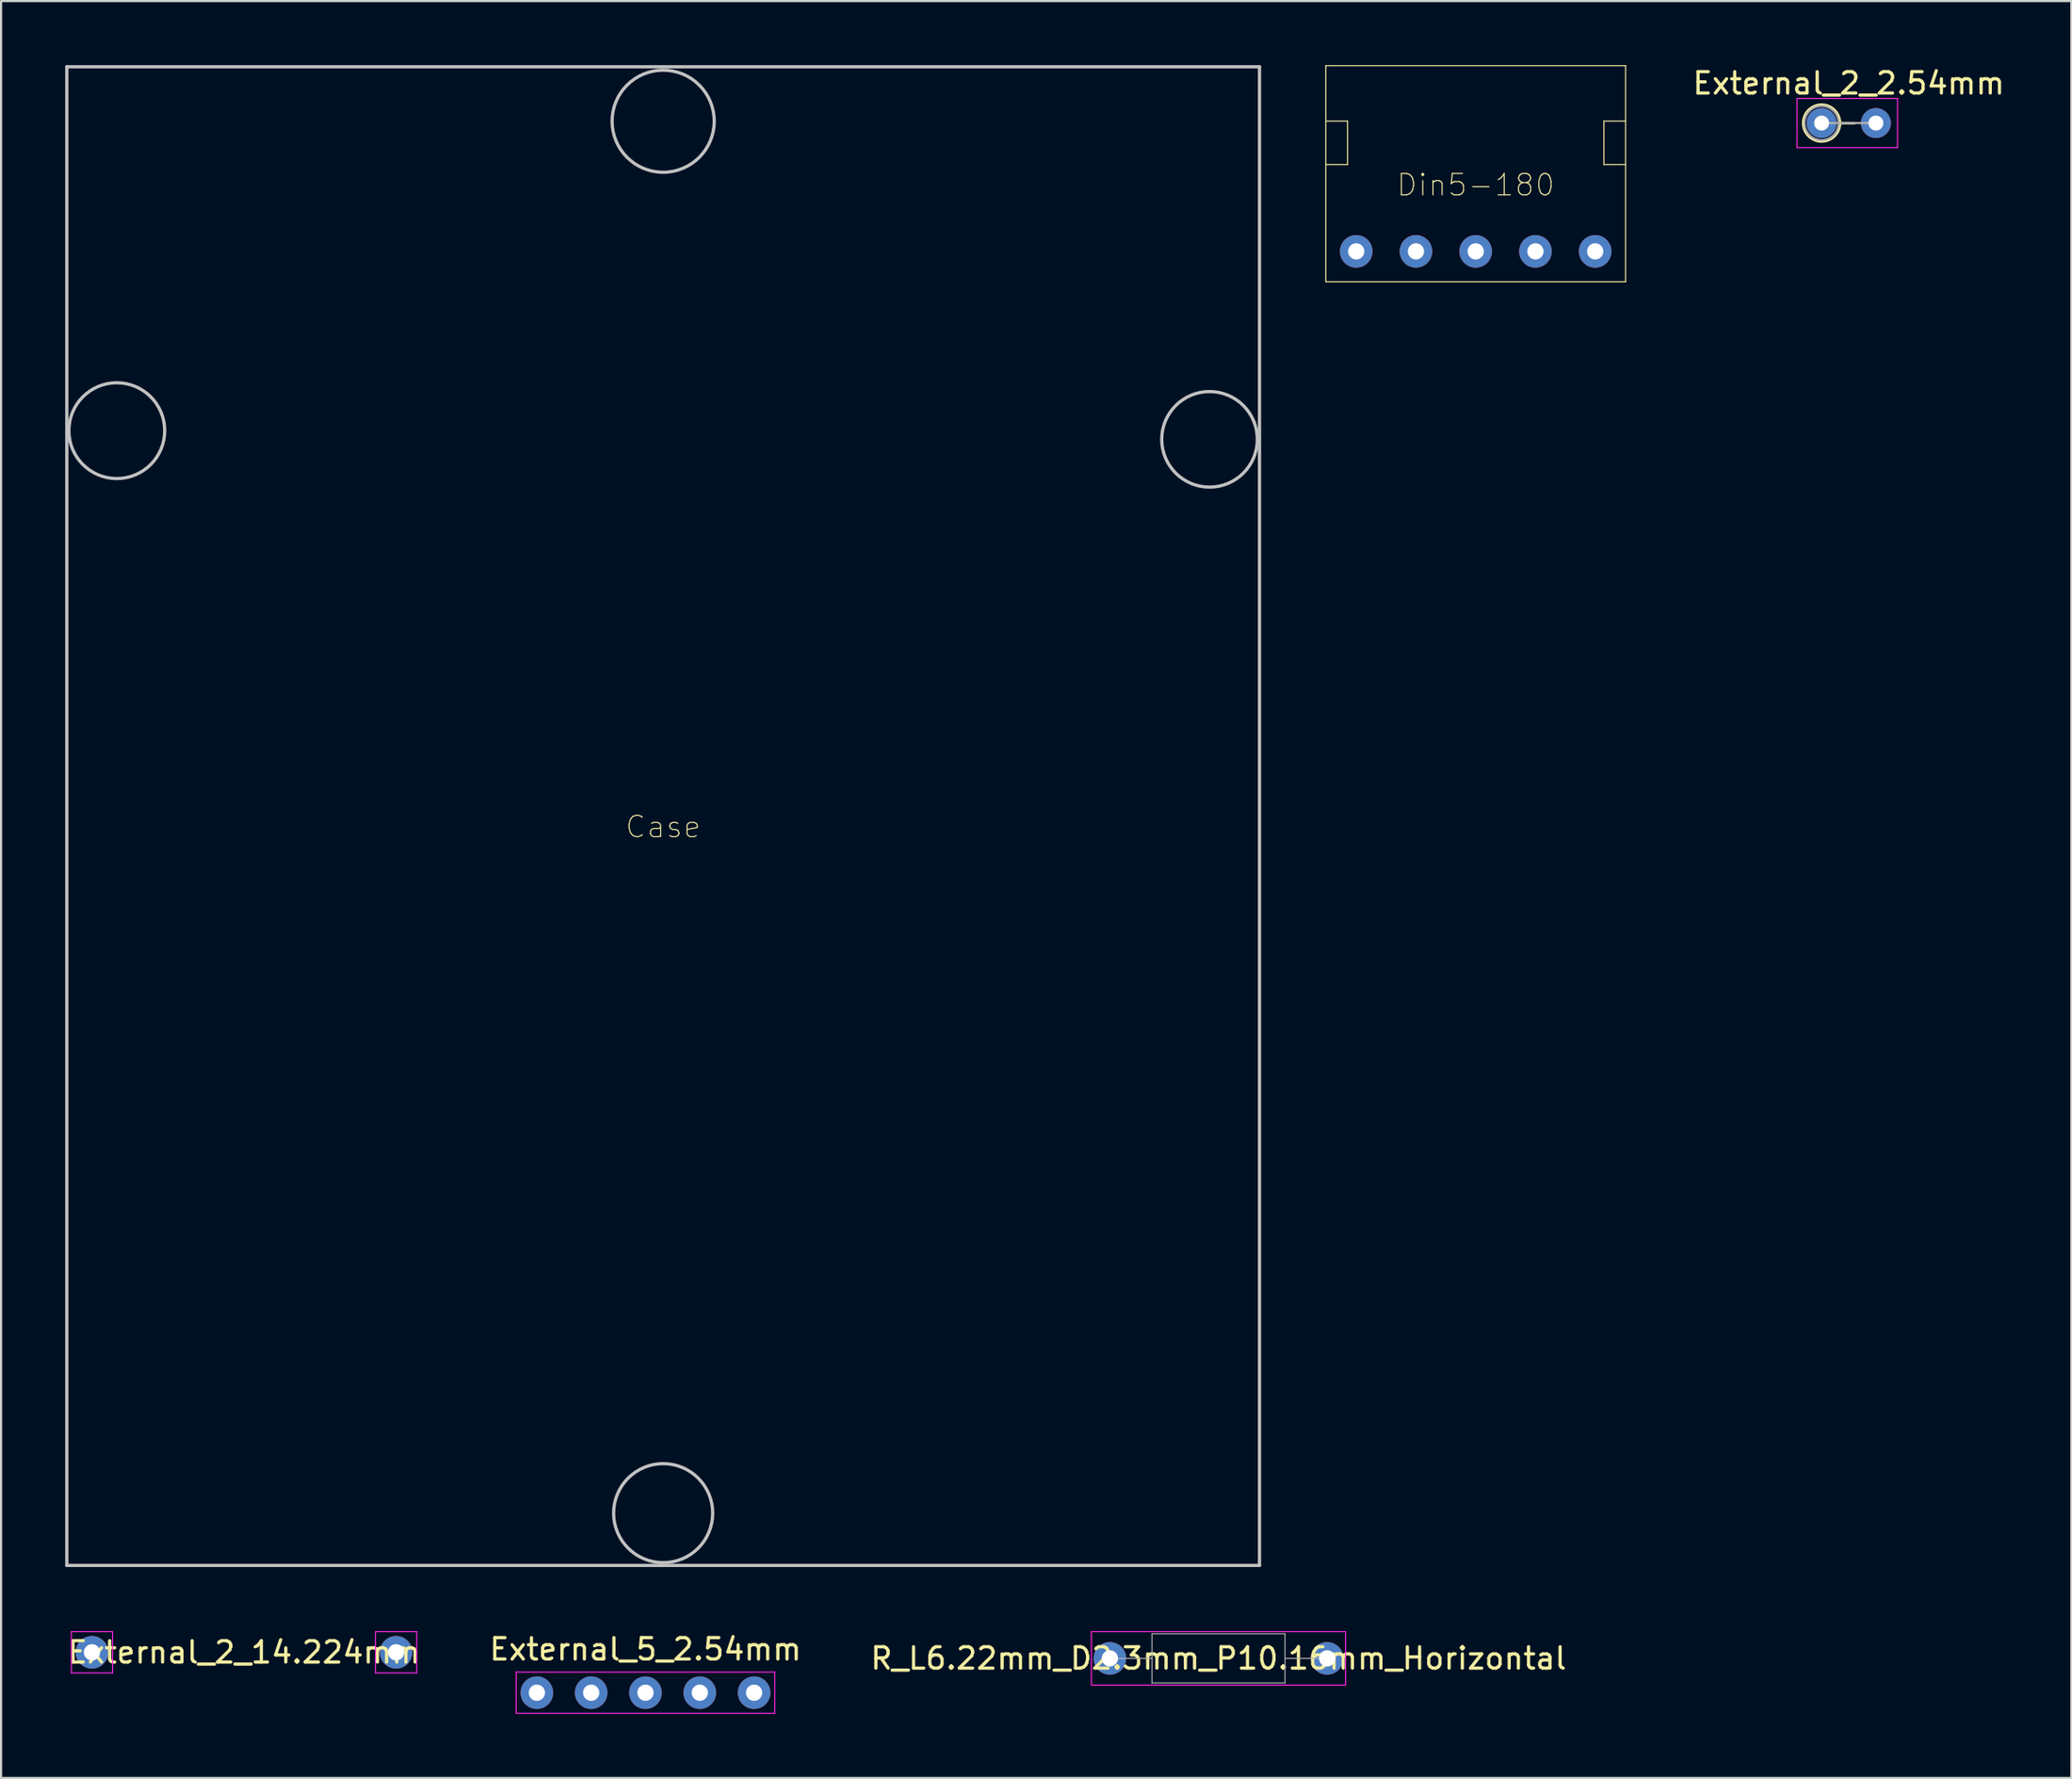
<source format=kicad_pcb>
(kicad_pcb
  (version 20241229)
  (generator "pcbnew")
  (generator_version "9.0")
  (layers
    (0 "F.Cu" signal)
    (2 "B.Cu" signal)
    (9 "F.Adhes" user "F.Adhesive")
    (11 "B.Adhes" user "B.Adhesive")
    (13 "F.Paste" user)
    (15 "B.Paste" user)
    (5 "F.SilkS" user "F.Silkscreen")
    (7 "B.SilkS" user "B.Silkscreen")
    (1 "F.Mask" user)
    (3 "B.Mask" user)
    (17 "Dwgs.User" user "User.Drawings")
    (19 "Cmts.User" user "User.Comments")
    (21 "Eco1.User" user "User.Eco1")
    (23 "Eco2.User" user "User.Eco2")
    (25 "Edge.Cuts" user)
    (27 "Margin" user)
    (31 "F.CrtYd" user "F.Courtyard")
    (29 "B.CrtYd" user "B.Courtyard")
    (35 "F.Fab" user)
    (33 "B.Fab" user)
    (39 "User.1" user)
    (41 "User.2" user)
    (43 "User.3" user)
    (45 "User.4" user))
  (footprint "External_2_2.54mm"
    (layer "F.Cu")
    (at 82.14 2.708)
    (property "Reference" "External_2_2.54mm" (at 1.27 -1.86 0) (layer "F.SilkS") (effects (font (size 1 1) (thickness 0.15))))
    (attr through_hole)
    (fp_line (start 0.86 0) (end 1.54 0) (stroke (width 0.12) (type solid)) (layer "F.SilkS"))
    (fp_circle (center 0 0) (end 0.86 0) (stroke (width 0.12) (type solid)) (fill no) (layer "F.SilkS"))
    (fp_line (start -1.15 -1.15) (end -1.15 1.15) (stroke (width 0.05) (type solid)) (layer "F.CrtYd"))
    (fp_line (start -1.15 1.15) (end 3.55 1.15) (stroke (width 0.05) (type solid)) (layer "F.CrtYd"))
    (fp_line (start 3.55 -1.15) (end -1.15 -1.15) (stroke (width 0.05) (type solid)) (layer "F.CrtYd"))
    (fp_line (start 3.55 1.15) (end 3.55 -1.15) (stroke (width 0.05) (type solid)) (layer "F.CrtYd"))
    (fp_line (start 0 0) (end 2.54 0) (stroke (width 0.1) (type solid)) (layer "F.Fab"))
    (fp_circle (center 0 0) (end 0.8 0) (stroke (width 0.1) (type solid)) (fill no) (layer "F.Fab"))
    (pad "1" thru_hole circle (at 0 0) (size 1.4 1.4) (drill 0.7) (layers "*.Cu" "*.Mask"))
    (pad "2" thru_hole oval (at 2.54 0) (size 1.4 1.4) (drill 0.7) (layers "*.Cu" "*.Mask")))
  (footprint "Din5-180"
    (layer "F.Cu")
    (at 65.964 5.105)
    (property "Reference" "Din5-180" (at 0 0.5 0) (layer "F.SilkS") (effects (font (size 1 1) (thickness 0.05))))
    (attr through_hole)
    (fp_line (start -7.01 -5.08) (end -7.01 5.029) (stroke (width 0.05) (type solid)) (layer "F.SilkS"))
    (fp_line (start -7.01 -5.08) (end 7.01 -5.08) (stroke (width 0.05) (type solid)) (layer "F.SilkS"))
    (fp_line (start -7.01 -0.457) (end -5.994 -0.457) (stroke (width 0.05) (type solid)) (layer "F.SilkS"))
    (fp_line (start -7.01 5.029) (end 7.01 5.029) (stroke (width 0.05) (type solid)) (layer "F.SilkS"))
    (fp_line (start -5.994 -2.489) (end -7.01 -2.489) (stroke (width 0.05) (type solid)) (layer "F.SilkS"))
    (fp_line (start -5.994 -0.457) (end -5.994 -2.489) (stroke (width 0.05) (type solid)) (layer "F.SilkS"))
    (fp_line (start 5.994 -2.489) (end 5.994 -0.457) (stroke (width 0.05) (type solid)) (layer "F.SilkS"))
    (fp_line (start 5.994 -0.457) (end 7.01 -0.457) (stroke (width 0.05) (type solid)) (layer "F.SilkS"))
    (fp_line (start 7.01 -2.489) (end 5.994 -2.489) (stroke (width 0.05) (type solid)) (layer "F.SilkS"))
    (fp_line (start 7.01 5.029) (end 7.01 -5.08) (stroke (width 0.05) (type solid)) (layer "F.SilkS"))
    (pad "1" thru_hole circle (at -5.588 3.607) (size 1.524 1.524) (drill 0.762) (layers "*.Cu" "*.Mask"))
    (pad "2" thru_hole circle (at 0 3.607) (size 1.524 1.524) (drill 0.762) (layers "*.Cu" "*.Mask"))
    (pad "3" thru_hole circle (at 5.588 3.607) (size 1.524 1.524) (drill 0.762) (layers "*.Cu" "*.Mask"))
    (pad "4" thru_hole circle (at -2.794 3.607) (size 1.524 1.524) (drill 0.762) (layers "*.Cu" "*.Mask"))
    (pad "5" thru_hole circle (at 2.794 3.607) (size 1.524 1.524) (drill 0.762) (layers "*.Cu" "*.Mask")))
  (footprint "Case"
    (layer "F.Cu")
    (at 27.964 35.134)
    (property "Reference" "Case" (at 0 0.5 0) (layer "F.SilkS") (effects (font (size 1 1) (thickness 0.05))))
    (attr through_hole)
    (fp_line (start -27.889 -35.059) (end -27.889 35.059) (stroke (width 0.15) (type solid)) (layer "Dwgs.User"))
    (fp_line (start -27.889 -35.059) (end 27.889 -35.059) (stroke (width 0.15) (type solid)) (layer "Dwgs.User"))
    (fp_line (start -27.889 35.059) (end 27.889 35.059) (stroke (width 0.15) (type solid)) (layer "Dwgs.User"))
    (fp_line (start 27.889 35.059) (end 27.889 -35.059) (stroke (width 0.15) (type solid)) (layer "Dwgs.User"))
    (fp_circle (center -25.552 -18.034) (end -26.772 -19.914) (stroke (width 0.15) (type solid)) (fill no) (layer "Dwgs.User"))
    (fp_circle (center 0 -32.512) (end 0.051 -34.9) (stroke (width 0.15) (type solid)) (fill no) (layer "Dwgs.User"))
    (fp_circle (center 0 32.614) (end 1.829 34.036) (stroke (width 0.15) (type solid)) (fill no) (layer "Dwgs.User"))
    (fp_circle (center 25.552 -17.628) (end 27.635 -18.44) (stroke (width 0.15) (type solid)) (fill no) (layer "Dwgs.User")))
  (footprint "R_L6.22mm_D2.3mm_P10.16mm_Horizontal"
    (layer "F.Cu")
    (at 53.935 74.543)
    (property "Reference" "R_L6.22mm_D2.3mm_P10.16mm_Horizontal" (at 0 0 0) (layer "F.SilkS") (effects (font (size 1 1) (thickness 0.15))))
    (attr through_hole)
    (fp_line (start -5.944 -1.25) (end -5.944 1.25) (stroke (width 0.05) (type solid)) (layer "F.CrtYd"))
    (fp_line (start -5.944 -1.25) (end 5.944 -1.25) (stroke (width 0.05) (type solid)) (layer "F.CrtYd"))
    (fp_line (start -5.944 1.25) (end 5.944 1.25) (stroke (width 0.05) (type solid)) (layer "F.CrtYd"))
    (fp_line (start 5.944 -1.25) (end 5.944 1.25) (stroke (width 0.05) (type solid)) (layer "F.CrtYd"))
    (fp_line (start -3.11 -1.15) (end -3.11 1.15) (stroke (width 0.05) (type solid)) (layer "F.Fab"))
    (fp_line (start -3.11 -1.15) (end 3.11 -1.15) (stroke (width 0.05) (type solid)) (layer "F.Fab"))
    (fp_line (start -3.11 0) (end -5.08 0) (stroke (width 0.05) (type solid)) (layer "F.Fab"))
    (fp_line (start -3.11 1.15) (end 3.11 1.15) (stroke (width 0.05) (type solid)) (layer "F.Fab"))
    (fp_line (start 3.11 -1.15) (end 3.11 1.15) (stroke (width 0.05) (type solid)) (layer "F.Fab"))
    (fp_line (start 3.11 0) (end 5.08 0) (stroke (width 0.05) (type solid)) (layer "F.Fab"))
    (pad "1" thru_hole circle (at -5.08 0) (size 1.524 1.524) (drill 0.762) (layers "*.Cu" "*.Mask"))
    (pad "2" thru_hole circle (at 5.08 0) (size 1.524 1.524) (drill 0.762) (layers "*.Cu" "*.Mask")))
  (footprint "External_5_2.54mm"
    (layer "F.Cu")
    (at 27.137 76.149)
    (property "Reference" "External_5_2.54mm" (at 0 -2.032 0) (layer "F.SilkS") (effects (font (size 1 1) (thickness 0.15))))
    (attr through_hole)
    (fp_line (start -6.045 -0.965) (end -6.045 0.965) (stroke (width 0.05) (type solid)) (layer "F.CrtYd"))
    (fp_line (start -6.045 -0.965) (end 6.045 -0.965) (stroke (width 0.05) (type solid)) (layer "F.CrtYd"))
    (fp_line (start -6.045 0.965) (end 6.045 0.965) (stroke (width 0.05) (type solid)) (layer "F.CrtYd"))
    (fp_line (start 6.045 -0.965) (end 6.045 0.965) (stroke (width 0.05) (type solid)) (layer "F.CrtYd"))
    (pad "1" thru_hole circle (at -5.08 0) (size 1.524 1.524) (drill 0.762) (layers "*.Cu" "*.Mask"))
    (pad "2" thru_hole circle (at -2.54 0) (size 1.524 1.524) (drill 0.762) (layers "*.Cu" "*.Mask"))
    (pad "3" thru_hole circle (at 0 0) (size 1.524 1.524) (drill 0.762) (layers "*.Cu" "*.Mask"))
    (pad "4" thru_hole circle (at 2.54 0) (size 1.524 1.524) (drill 0.762) (layers "*.Cu" "*.Mask"))
    (pad "5" thru_hole circle (at 5.08 0) (size 1.524 1.524) (drill 0.762) (layers "*.Cu" "*.Mask")))
  (footprint "External_2_14.224mm"
    (layer "F.Cu")
    (at 8.363 74.259)
    (property "Reference" "External_2_14.224mm" (at 0 0 0) (layer "F.SilkS") (effects (font (size 1 1) (thickness 0.15))))
    (attr through_hole)
    (fp_line (start -8.077 -0.965) (end -8.077 0.965) (stroke (width 0.05) (type solid)) (layer "F.CrtYd"))
    (fp_line (start -8.077 0.965) (end -6.147 0.965) (stroke (width 0.05) (type solid)) (layer "F.CrtYd"))
    (fp_line (start -6.147 -0.965) (end -8.077 -0.965) (stroke (width 0.05) (type solid)) (layer "F.CrtYd"))
    (fp_line (start -6.147 -0.965) (end -6.147 0.965) (stroke (width 0.05) (type solid)) (layer "F.CrtYd"))
    (fp_line (start 6.147 -0.965) (end 6.147 0.965) (stroke (width 0.05) (type solid)) (layer "F.CrtYd"))
    (fp_line (start 6.147 -0.965) (end 8.077 -0.965) (stroke (width 0.05) (type solid)) (layer "F.CrtYd"))
    (fp_line (start 8.077 -0.965) (end 8.077 0.965) (stroke (width 0.05) (type solid)) (layer "F.CrtYd"))
    (fp_line (start 8.077 0.965) (end 6.147 0.965) (stroke (width 0.05) (type solid)) (layer "F.CrtYd"))
    (pad "1" thru_hole circle (at -7.112 0) (size 1.524 1.524) (drill 0.762) (layers "*.Cu" "*.Mask"))
    (pad "2" thru_hole circle (at 7.112 0) (size 1.524 1.524) (drill 0.762) (layers "*.Cu" "*.Mask")))
  (gr_rect
    (start -3 -3)
    (end 93.821 80.139)
    (stroke (width 0.1) (type default))
    (fill no)
    (layer "Edge.Cuts")))
</source>
